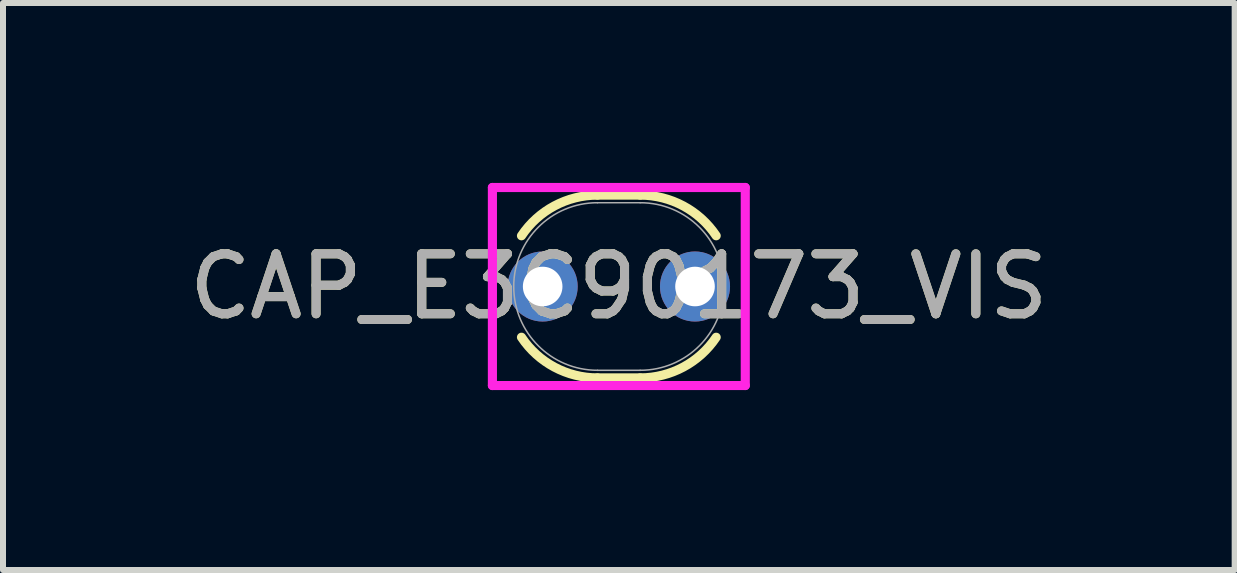
<source format=kicad_pcb>
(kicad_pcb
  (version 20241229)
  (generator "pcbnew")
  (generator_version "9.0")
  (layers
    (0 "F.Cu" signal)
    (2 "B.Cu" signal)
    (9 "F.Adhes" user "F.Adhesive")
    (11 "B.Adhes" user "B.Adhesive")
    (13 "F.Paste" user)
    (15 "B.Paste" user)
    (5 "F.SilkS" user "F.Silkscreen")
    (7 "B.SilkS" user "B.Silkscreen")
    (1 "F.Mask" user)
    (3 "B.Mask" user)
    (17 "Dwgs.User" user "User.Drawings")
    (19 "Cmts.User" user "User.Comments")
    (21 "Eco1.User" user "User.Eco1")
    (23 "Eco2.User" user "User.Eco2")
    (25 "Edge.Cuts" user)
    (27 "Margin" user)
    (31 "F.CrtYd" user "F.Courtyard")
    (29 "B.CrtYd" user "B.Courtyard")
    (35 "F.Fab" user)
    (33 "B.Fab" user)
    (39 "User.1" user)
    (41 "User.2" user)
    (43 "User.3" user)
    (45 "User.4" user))
  (footprint "CAP_E3C90173_VIS"
    (layer "F.Cu")
    (at 7.268 1.727)
    (property "Reference" "CAP_E3C90173_VIS" (at 0 0 0) (unlocked yes) (layer "F.SilkS") (effects (font (size 1 1) (thickness 0.15))))
    (attr through_hole)
    (fp_line (start -0.356 -1.524) (end 0.356 -1.524) (stroke (width 0.152) (type solid)) (layer "F.SilkS"))
    (fp_line (start -0.356 1.524) (end 0.356 1.524) (stroke (width 0.152) (type solid)) (layer "F.SilkS"))
    (fp_arc (start -1.623056 -0.846245) (mid -1.074244 -1.343922) (end -0.3556 -1.524) (stroke (width 0.1524) (type solid)) (layer "F.SilkS"))
    (fp_arc (start -0.3556 1.524) (mid -1.074244 1.343922) (end -1.623057 0.846245) (stroke (width 0.1524) (type solid)) (layer "F.SilkS"))
    (fp_arc (start 0.3556 -1.524) (mid 1.074244 -1.343922) (end 1.623056 -0.846245) (stroke (width 0.1524) (type solid)) (layer "F.SilkS"))
    (fp_arc (start 1.623056 0.846245) (mid 1.074244 1.343922) (end 0.3556 1.524) (stroke (width 0.1524) (type solid)) (layer "F.SilkS"))
    (fp_line (start -2.108 -1.651) (end 2.108 -1.651) (stroke (width 0.152) (type solid)) (layer "F.CrtYd"))
    (fp_line (start -2.108 1.651) (end -2.108 -1.651) (stroke (width 0.152) (type solid)) (layer "F.CrtYd"))
    (fp_line (start 2.108 -1.651) (end 2.108 1.651) (stroke (width 0.152) (type solid)) (layer "F.CrtYd"))
    (fp_line (start 2.108 1.651) (end -2.108 1.651) (stroke (width 0.152) (type solid)) (layer "F.CrtYd"))
    (fp_line (start -0.356 -1.397) (end 0.356 -1.397) (stroke (width 0.025) (type solid)) (layer "F.Fab"))
    (fp_line (start -0.356 1.397) (end 0.356 1.397) (stroke (width 0.025) (type solid)) (layer "F.Fab"))
    (fp_arc (start -0.3556 1.397) (mid -1.7526 0) (end -0.3556 -1.397) (stroke (width 0.0254) (type solid)) (layer "F.Fab"))
    (fp_arc (start 0.3556 -1.397) (mid 1.7526 0) (end 0.3556 1.397) (stroke (width 0.0254) (type solid)) (layer "F.Fab"))
    (fp_text user "${REFERENCE}" (at 0 0 0) (unlocked yes) (layer "F.Fab") (effects (font (size 1 1) (thickness 0.15))))
    (pad "1" thru_hole circle (at -1.27 0) (size 1.168 1.168) (drill 0.66) (layers "*.Cu" "*.Mask"))
    (pad "2" thru_hole circle (at 1.27 0) (size 1.168 1.168) (drill 0.66) (layers "*.Cu" "*.Mask")))
  (gr_rect
    (start -3 -3)
    (end 17.536 6.454)
    (stroke (width 0.1) (type default))
    (fill no)
    (layer "Edge.Cuts")))
</source>
